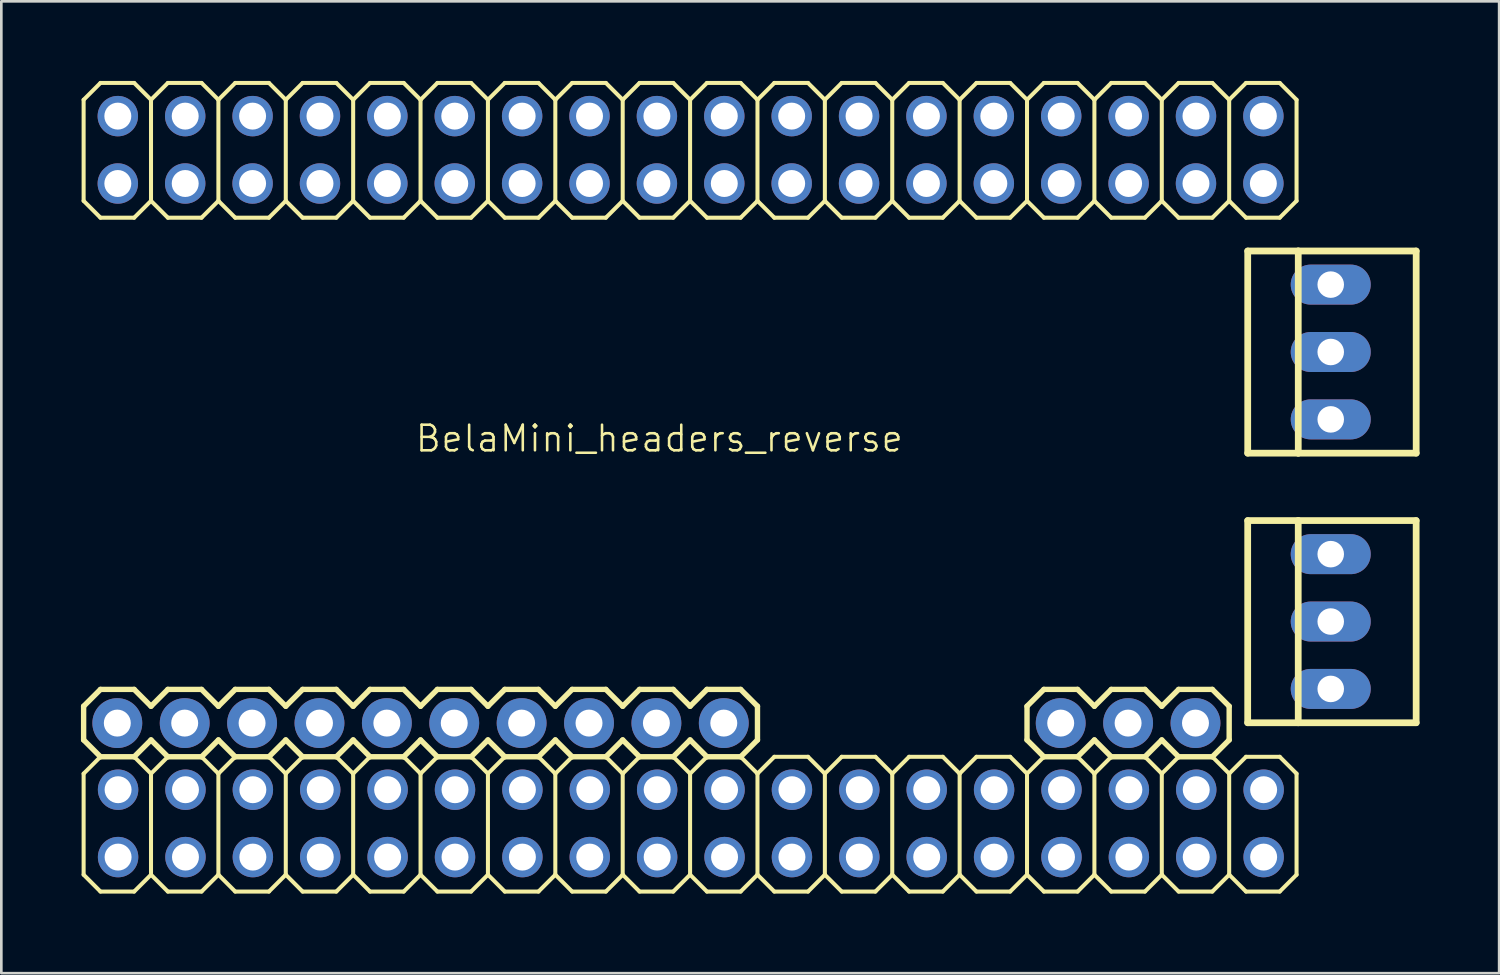
<source format=kicad_pcb>
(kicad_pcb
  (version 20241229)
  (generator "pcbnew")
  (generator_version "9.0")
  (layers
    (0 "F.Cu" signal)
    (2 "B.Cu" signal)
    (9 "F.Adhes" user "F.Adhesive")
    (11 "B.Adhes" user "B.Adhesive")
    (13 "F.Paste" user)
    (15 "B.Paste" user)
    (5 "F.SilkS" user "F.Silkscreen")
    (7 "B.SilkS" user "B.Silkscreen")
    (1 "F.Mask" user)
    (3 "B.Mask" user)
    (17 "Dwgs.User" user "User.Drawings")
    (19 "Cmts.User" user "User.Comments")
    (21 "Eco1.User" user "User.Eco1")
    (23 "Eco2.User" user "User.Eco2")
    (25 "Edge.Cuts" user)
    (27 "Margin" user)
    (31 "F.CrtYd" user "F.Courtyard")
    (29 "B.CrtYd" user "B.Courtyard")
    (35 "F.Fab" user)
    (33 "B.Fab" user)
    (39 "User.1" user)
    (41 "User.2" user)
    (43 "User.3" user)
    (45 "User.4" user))
  (footprint "BelaMini_headers_reverse"
    (layer "F.Cu")
    (at 22.962 15.316)
    (property "Reference" "BelaMini_headers_reverse" (at -10.414 -1.27 180) (layer "F.SilkS") (effects (font (size 0.965 0.965) (thickness 0.097)) (justify left bottom)))
    (attr through_hole)
    (fp_line (start -22.86 -14.605) (end -22.225 -15.24) (stroke (width 0.152) (type solid)) (layer "F.SilkS"))
    (fp_line (start -22.86 -10.795) (end -22.86 -14.605) (stroke (width 0.152) (type solid)) (layer "F.SilkS"))
    (fp_line (start -22.86 -10.795) (end -22.225 -10.16) (stroke (width 0.152) (type solid)) (layer "F.SilkS"))
    (fp_line (start -22.86 8.255) (end -22.86 9.525) (stroke (width 0.203) (type solid)) (layer "F.SilkS"))
    (fp_line (start -22.86 9.525) (end -22.225 10.16) (stroke (width 0.203) (type solid)) (layer "F.SilkS"))
    (fp_line (start -22.86 10.795) (end -22.225 10.16) (stroke (width 0.152) (type solid)) (layer "F.SilkS"))
    (fp_line (start -22.86 14.605) (end -22.86 10.795) (stroke (width 0.152) (type solid)) (layer "F.SilkS"))
    (fp_line (start -22.86 14.605) (end -22.225 15.24) (stroke (width 0.152) (type solid)) (layer "F.SilkS"))
    (fp_line (start -22.225 -15.24) (end -20.955 -15.24) (stroke (width 0.152) (type solid)) (layer "F.SilkS"))
    (fp_line (start -22.225 -10.16) (end -20.955 -10.16) (stroke (width 0.152) (type solid)) (layer "F.SilkS"))
    (fp_line (start -22.225 7.62) (end -22.86 8.255) (stroke (width 0.203) (type solid)) (layer "F.SilkS"))
    (fp_line (start -22.225 7.62) (end -20.955 7.62) (stroke (width 0.203) (type solid)) (layer "F.SilkS"))
    (fp_line (start -22.225 10.16) (end -20.955 10.16) (stroke (width 0.152) (type solid)) (layer "F.SilkS"))
    (fp_line (start -22.225 15.24) (end -20.955 15.24) (stroke (width 0.152) (type solid)) (layer "F.SilkS"))
    (fp_line (start -20.955 -15.24) (end -20.32 -14.605) (stroke (width 0.152) (type solid)) (layer "F.SilkS"))
    (fp_line (start -20.955 -10.16) (end -20.32 -10.795) (stroke (width 0.152) (type solid)) (layer "F.SilkS"))
    (fp_line (start -20.955 7.62) (end -20.32 8.255) (stroke (width 0.203) (type solid)) (layer "F.SilkS"))
    (fp_line (start -20.955 10.16) (end -22.225 10.16) (stroke (width 0.203) (type solid)) (layer "F.SilkS"))
    (fp_line (start -20.955 10.16) (end -20.32 10.795) (stroke (width 0.152) (type solid)) (layer "F.SilkS"))
    (fp_line (start -20.955 15.24) (end -20.32 14.605) (stroke (width 0.152) (type solid)) (layer "F.SilkS"))
    (fp_line (start -20.32 -14.605) (end -20.32 -10.795) (stroke (width 0.152) (type solid)) (layer "F.SilkS"))
    (fp_line (start -20.32 -14.605) (end -19.685 -15.24) (stroke (width 0.152) (type solid)) (layer "F.SilkS"))
    (fp_line (start -20.32 -10.795) (end -19.685 -10.16) (stroke (width 0.152) (type solid)) (layer "F.SilkS"))
    (fp_line (start -20.32 8.255) (end -19.685 7.62) (stroke (width 0.203) (type solid)) (layer "F.SilkS"))
    (fp_line (start -20.32 9.525) (end -20.955 10.16) (stroke (width 0.203) (type solid)) (layer "F.SilkS"))
    (fp_line (start -20.32 10.795) (end -20.32 14.605) (stroke (width 0.152) (type solid)) (layer "F.SilkS"))
    (fp_line (start -20.32 10.795) (end -19.685 10.16) (stroke (width 0.152) (type solid)) (layer "F.SilkS"))
    (fp_line (start -20.32 14.605) (end -19.685 15.24) (stroke (width 0.152) (type solid)) (layer "F.SilkS"))
    (fp_line (start -19.685 -15.24) (end -18.415 -15.24) (stroke (width 0.152) (type solid)) (layer "F.SilkS"))
    (fp_line (start -19.685 -10.16) (end -18.415 -10.16) (stroke (width 0.152) (type solid)) (layer "F.SilkS"))
    (fp_line (start -19.685 7.62) (end -18.415 7.62) (stroke (width 0.203) (type solid)) (layer "F.SilkS"))
    (fp_line (start -19.685 10.16) (end -20.32 9.525) (stroke (width 0.203) (type solid)) (layer "F.SilkS"))
    (fp_line (start -19.685 10.16) (end -18.415 10.16) (stroke (width 0.152) (type solid)) (layer "F.SilkS"))
    (fp_line (start -19.685 15.24) (end -18.415 15.24) (stroke (width 0.152) (type solid)) (layer "F.SilkS"))
    (fp_line (start -18.415 -15.24) (end -17.78 -14.605) (stroke (width 0.152) (type solid)) (layer "F.SilkS"))
    (fp_line (start -18.415 -10.16) (end -17.78 -10.795) (stroke (width 0.152) (type solid)) (layer "F.SilkS"))
    (fp_line (start -18.415 7.62) (end -17.78 8.255) (stroke (width 0.203) (type solid)) (layer "F.SilkS"))
    (fp_line (start -18.415 10.16) (end -19.685 10.16) (stroke (width 0.203) (type solid)) (layer "F.SilkS"))
    (fp_line (start -18.415 10.16) (end -17.78 10.795) (stroke (width 0.152) (type solid)) (layer "F.SilkS"))
    (fp_line (start -18.415 15.24) (end -17.78 14.605) (stroke (width 0.152) (type solid)) (layer "F.SilkS"))
    (fp_line (start -17.78 -14.605) (end -17.78 -10.795) (stroke (width 0.152) (type solid)) (layer "F.SilkS"))
    (fp_line (start -17.78 -14.605) (end -17.145 -15.24) (stroke (width 0.152) (type solid)) (layer "F.SilkS"))
    (fp_line (start -17.78 -10.795) (end -17.145 -10.16) (stroke (width 0.152) (type solid)) (layer "F.SilkS"))
    (fp_line (start -17.78 8.255) (end -17.145 7.62) (stroke (width 0.203) (type solid)) (layer "F.SilkS"))
    (fp_line (start -17.78 9.525) (end -18.415 10.16) (stroke (width 0.203) (type solid)) (layer "F.SilkS"))
    (fp_line (start -17.78 10.795) (end -17.78 14.605) (stroke (width 0.152) (type solid)) (layer "F.SilkS"))
    (fp_line (start -17.78 10.795) (end -17.145 10.16) (stroke (width 0.152) (type solid)) (layer "F.SilkS"))
    (fp_line (start -17.78 14.605) (end -17.145 15.24) (stroke (width 0.152) (type solid)) (layer "F.SilkS"))
    (fp_line (start -17.145 -15.24) (end -15.875 -15.24) (stroke (width 0.152) (type solid)) (layer "F.SilkS"))
    (fp_line (start -17.145 -10.16) (end -15.875 -10.16) (stroke (width 0.152) (type solid)) (layer "F.SilkS"))
    (fp_line (start -17.145 7.62) (end -15.875 7.62) (stroke (width 0.203) (type solid)) (layer "F.SilkS"))
    (fp_line (start -17.145 10.16) (end -17.78 9.525) (stroke (width 0.203) (type solid)) (layer "F.SilkS"))
    (fp_line (start -17.145 10.16) (end -15.875 10.16) (stroke (width 0.152) (type solid)) (layer "F.SilkS"))
    (fp_line (start -17.145 15.24) (end -15.875 15.24) (stroke (width 0.152) (type solid)) (layer "F.SilkS"))
    (fp_line (start -15.875 -15.24) (end -15.24 -14.605) (stroke (width 0.152) (type solid)) (layer "F.SilkS"))
    (fp_line (start -15.875 -10.16) (end -15.24 -10.795) (stroke (width 0.152) (type solid)) (layer "F.SilkS"))
    (fp_line (start -15.875 7.62) (end -15.24 8.255) (stroke (width 0.203) (type solid)) (layer "F.SilkS"))
    (fp_line (start -15.875 10.16) (end -17.145 10.16) (stroke (width 0.203) (type solid)) (layer "F.SilkS"))
    (fp_line (start -15.875 10.16) (end -15.24 10.795) (stroke (width 0.152) (type solid)) (layer "F.SilkS"))
    (fp_line (start -15.875 15.24) (end -15.24 14.605) (stroke (width 0.152) (type solid)) (layer "F.SilkS"))
    (fp_line (start -15.24 -14.605) (end -15.24 -10.795) (stroke (width 0.152) (type solid)) (layer "F.SilkS"))
    (fp_line (start -15.24 -14.605) (end -14.605 -15.24) (stroke (width 0.152) (type solid)) (layer "F.SilkS"))
    (fp_line (start -15.24 -10.795) (end -14.605 -10.16) (stroke (width 0.152) (type solid)) (layer "F.SilkS"))
    (fp_line (start -15.24 9.525) (end -15.875 10.16) (stroke (width 0.203) (type solid)) (layer "F.SilkS"))
    (fp_line (start -15.24 9.525) (end -14.605 10.16) (stroke (width 0.203) (type solid)) (layer "F.SilkS"))
    (fp_line (start -15.24 10.795) (end -15.24 14.605) (stroke (width 0.152) (type solid)) (layer "F.SilkS"))
    (fp_line (start -15.24 10.795) (end -14.605 10.16) (stroke (width 0.152) (type solid)) (layer "F.SilkS"))
    (fp_line (start -15.24 14.605) (end -14.605 15.24) (stroke (width 0.152) (type solid)) (layer "F.SilkS"))
    (fp_line (start -14.605 -15.24) (end -13.335 -15.24) (stroke (width 0.152) (type solid)) (layer "F.SilkS"))
    (fp_line (start -14.605 -10.16) (end -13.335 -10.16) (stroke (width 0.152) (type solid)) (layer "F.SilkS"))
    (fp_line (start -14.605 7.62) (end -15.24 8.255) (stroke (width 0.203) (type solid)) (layer "F.SilkS"))
    (fp_line (start -14.605 7.62) (end -13.335 7.62) (stroke (width 0.203) (type solid)) (layer "F.SilkS"))
    (fp_line (start -14.605 10.16) (end -13.335 10.16) (stroke (width 0.152) (type solid)) (layer "F.SilkS"))
    (fp_line (start -14.605 15.24) (end -13.335 15.24) (stroke (width 0.152) (type solid)) (layer "F.SilkS"))
    (fp_line (start -13.335 -15.24) (end -12.7 -14.605) (stroke (width 0.152) (type solid)) (layer "F.SilkS"))
    (fp_line (start -13.335 -10.16) (end -12.7 -10.795) (stroke (width 0.152) (type solid)) (layer "F.SilkS"))
    (fp_line (start -13.335 7.62) (end -12.7 8.255) (stroke (width 0.203) (type solid)) (layer "F.SilkS"))
    (fp_line (start -13.335 10.16) (end -14.605 10.16) (stroke (width 0.203) (type solid)) (layer "F.SilkS"))
    (fp_line (start -13.335 10.16) (end -12.7 10.795) (stroke (width 0.152) (type solid)) (layer "F.SilkS"))
    (fp_line (start -13.335 15.24) (end -12.7 14.605) (stroke (width 0.152) (type solid)) (layer "F.SilkS"))
    (fp_line (start -12.7 -14.605) (end -12.7 -10.795) (stroke (width 0.152) (type solid)) (layer "F.SilkS"))
    (fp_line (start -12.7 -14.605) (end -12.065 -15.24) (stroke (width 0.152) (type solid)) (layer "F.SilkS"))
    (fp_line (start -12.7 -10.795) (end -12.065 -10.16) (stroke (width 0.152) (type solid)) (layer "F.SilkS"))
    (fp_line (start -12.7 8.255) (end -12.065 7.62) (stroke (width 0.203) (type solid)) (layer "F.SilkS"))
    (fp_line (start -12.7 9.525) (end -13.335 10.16) (stroke (width 0.203) (type solid)) (layer "F.SilkS"))
    (fp_line (start -12.7 10.795) (end -12.7 14.605) (stroke (width 0.152) (type solid)) (layer "F.SilkS"))
    (fp_line (start -12.7 10.795) (end -12.065 10.16) (stroke (width 0.152) (type solid)) (layer "F.SilkS"))
    (fp_line (start -12.7 14.605) (end -12.065 15.24) (stroke (width 0.152) (type solid)) (layer "F.SilkS"))
    (fp_line (start -12.065 -15.24) (end -10.795 -15.24) (stroke (width 0.152) (type solid)) (layer "F.SilkS"))
    (fp_line (start -12.065 -10.16) (end -10.795 -10.16) (stroke (width 0.152) (type solid)) (layer "F.SilkS"))
    (fp_line (start -12.065 7.62) (end -10.795 7.62) (stroke (width 0.203) (type solid)) (layer "F.SilkS"))
    (fp_line (start -12.065 10.16) (end -12.7 9.525) (stroke (width 0.203) (type solid)) (layer "F.SilkS"))
    (fp_line (start -12.065 10.16) (end -10.795 10.16) (stroke (width 0.152) (type solid)) (layer "F.SilkS"))
    (fp_line (start -12.065 15.24) (end -10.795 15.24) (stroke (width 0.152) (type solid)) (layer "F.SilkS"))
    (fp_line (start -10.795 -15.24) (end -10.16 -14.605) (stroke (width 0.152) (type solid)) (layer "F.SilkS"))
    (fp_line (start -10.795 -10.16) (end -10.16 -10.795) (stroke (width 0.152) (type solid)) (layer "F.SilkS"))
    (fp_line (start -10.795 7.62) (end -10.16 8.255) (stroke (width 0.203) (type solid)) (layer "F.SilkS"))
    (fp_line (start -10.795 10.16) (end -12.065 10.16) (stroke (width 0.203) (type solid)) (layer "F.SilkS"))
    (fp_line (start -10.795 10.16) (end -10.16 10.795) (stroke (width 0.152) (type solid)) (layer "F.SilkS"))
    (fp_line (start -10.795 15.24) (end -10.16 14.605) (stroke (width 0.152) (type solid)) (layer "F.SilkS"))
    (fp_line (start -10.16 -14.605) (end -10.16 -10.795) (stroke (width 0.152) (type solid)) (layer "F.SilkS"))
    (fp_line (start -10.16 -14.605) (end -9.525 -15.24) (stroke (width 0.152) (type solid)) (layer "F.SilkS"))
    (fp_line (start -10.16 -10.795) (end -9.525 -10.16) (stroke (width 0.152) (type solid)) (layer "F.SilkS"))
    (fp_line (start -10.16 8.255) (end -9.525 7.62) (stroke (width 0.203) (type solid)) (layer "F.SilkS"))
    (fp_line (start -10.16 9.525) (end -10.795 10.16) (stroke (width 0.203) (type solid)) (layer "F.SilkS"))
    (fp_line (start -10.16 10.795) (end -10.16 14.605) (stroke (width 0.152) (type solid)) (layer "F.SilkS"))
    (fp_line (start -10.16 10.795) (end -9.525 10.16) (stroke (width 0.152) (type solid)) (layer "F.SilkS"))
    (fp_line (start -10.16 14.605) (end -9.525 15.24) (stroke (width 0.152) (type solid)) (layer "F.SilkS"))
    (fp_line (start -9.525 -15.24) (end -8.255 -15.24) (stroke (width 0.152) (type solid)) (layer "F.SilkS"))
    (fp_line (start -9.525 -10.16) (end -8.255 -10.16) (stroke (width 0.152) (type solid)) (layer "F.SilkS"))
    (fp_line (start -9.525 7.62) (end -8.255 7.62) (stroke (width 0.203) (type solid)) (layer "F.SilkS"))
    (fp_line (start -9.525 10.16) (end -10.16 9.525) (stroke (width 0.203) (type solid)) (layer "F.SilkS"))
    (fp_line (start -9.525 10.16) (end -8.255 10.16) (stroke (width 0.152) (type solid)) (layer "F.SilkS"))
    (fp_line (start -9.525 15.24) (end -8.255 15.24) (stroke (width 0.152) (type solid)) (layer "F.SilkS"))
    (fp_line (start -8.255 -15.24) (end -7.62 -14.605) (stroke (width 0.152) (type solid)) (layer "F.SilkS"))
    (fp_line (start -8.255 -10.16) (end -7.62 -10.795) (stroke (width 0.152) (type solid)) (layer "F.SilkS"))
    (fp_line (start -8.255 7.62) (end -7.62 8.255) (stroke (width 0.203) (type solid)) (layer "F.SilkS"))
    (fp_line (start -8.255 10.16) (end -9.525 10.16) (stroke (width 0.203) (type solid)) (layer "F.SilkS"))
    (fp_line (start -8.255 10.16) (end -7.62 10.795) (stroke (width 0.152) (type solid)) (layer "F.SilkS"))
    (fp_line (start -8.255 15.24) (end -7.62 14.605) (stroke (width 0.152) (type solid)) (layer "F.SilkS"))
    (fp_line (start -7.62 -14.605) (end -7.62 -10.795) (stroke (width 0.152) (type solid)) (layer "F.SilkS"))
    (fp_line (start -7.62 -14.605) (end -6.985 -15.24) (stroke (width 0.152) (type solid)) (layer "F.SilkS"))
    (fp_line (start -7.62 -10.795) (end -6.985 -10.16) (stroke (width 0.152) (type solid)) (layer "F.SilkS"))
    (fp_line (start -7.62 9.525) (end -8.255 10.16) (stroke (width 0.203) (type solid)) (layer "F.SilkS"))
    (fp_line (start -7.62 9.525) (end -6.985 10.16) (stroke (width 0.203) (type solid)) (layer "F.SilkS"))
    (fp_line (start -7.62 10.795) (end -7.62 14.605) (stroke (width 0.152) (type solid)) (layer "F.SilkS"))
    (fp_line (start -7.62 10.795) (end -6.985 10.16) (stroke (width 0.152) (type solid)) (layer "F.SilkS"))
    (fp_line (start -7.62 14.605) (end -6.985 15.24) (stroke (width 0.152) (type solid)) (layer "F.SilkS"))
    (fp_line (start -6.985 -15.24) (end -5.715 -15.24) (stroke (width 0.152) (type solid)) (layer "F.SilkS"))
    (fp_line (start -6.985 7.62) (end -7.62 8.255) (stroke (width 0.203) (type solid)) (layer "F.SilkS"))
    (fp_line (start -6.985 7.62) (end -5.715 7.62) (stroke (width 0.203) (type solid)) (layer "F.SilkS"))
    (fp_line (start -6.985 10.16) (end -5.715 10.16) (stroke (width 0.152) (type solid)) (layer "F.SilkS"))
    (fp_line (start -5.715 -15.24) (end -5.08 -14.605) (stroke (width 0.152) (type solid)) (layer "F.SilkS"))
    (fp_line (start -5.715 -10.16) (end -6.985 -10.16) (stroke (width 0.152) (type solid)) (layer "F.SilkS"))
    (fp_line (start -5.715 7.62) (end -5.08 8.255) (stroke (width 0.203) (type solid)) (layer "F.SilkS"))
    (fp_line (start -5.715 10.16) (end -6.985 10.16) (stroke (width 0.203) (type solid)) (layer "F.SilkS"))
    (fp_line (start -5.715 10.16) (end -5.08 10.795) (stroke (width 0.152) (type solid)) (layer "F.SilkS"))
    (fp_line (start -5.715 15.24) (end -6.985 15.24) (stroke (width 0.152) (type solid)) (layer "F.SilkS"))
    (fp_line (start -5.08 -14.605) (end -5.08 -10.795) (stroke (width 0.152) (type solid)) (layer "F.SilkS"))
    (fp_line (start -5.08 -14.605) (end -4.445 -15.24) (stroke (width 0.152) (type solid)) (layer "F.SilkS"))
    (fp_line (start -5.08 -10.795) (end -5.715 -10.16) (stroke (width 0.152) (type solid)) (layer "F.SilkS"))
    (fp_line (start -5.08 -10.795) (end -4.445 -10.16) (stroke (width 0.152) (type solid)) (layer "F.SilkS"))
    (fp_line (start -5.08 9.525) (end -5.715 10.16) (stroke (width 0.203) (type solid)) (layer "F.SilkS"))
    (fp_line (start -5.08 9.525) (end -4.445 10.16) (stroke (width 0.203) (type solid)) (layer "F.SilkS"))
    (fp_line (start -5.08 10.795) (end -5.08 14.605) (stroke (width 0.152) (type solid)) (layer "F.SilkS"))
    (fp_line (start -5.08 10.795) (end -4.445 10.16) (stroke (width 0.152) (type solid)) (layer "F.SilkS"))
    (fp_line (start -5.08 14.605) (end -5.715 15.24) (stroke (width 0.152) (type solid)) (layer "F.SilkS"))
    (fp_line (start -5.08 14.605) (end -4.445 15.24) (stroke (width 0.152) (type solid)) (layer "F.SilkS"))
    (fp_line (start -4.445 -15.24) (end -3.175 -15.24) (stroke (width 0.152) (type solid)) (layer "F.SilkS"))
    (fp_line (start -4.445 7.62) (end -5.08 8.255) (stroke (width 0.203) (type solid)) (layer "F.SilkS"))
    (fp_line (start -4.445 7.62) (end -3.175 7.62) (stroke (width 0.203) (type solid)) (layer "F.SilkS"))
    (fp_line (start -4.445 10.16) (end -3.175 10.16) (stroke (width 0.152) (type solid)) (layer "F.SilkS"))
    (fp_line (start -3.175 -15.24) (end -2.54 -14.605) (stroke (width 0.152) (type solid)) (layer "F.SilkS"))
    (fp_line (start -3.175 -10.16) (end -4.445 -10.16) (stroke (width 0.152) (type solid)) (layer "F.SilkS"))
    (fp_line (start -3.175 7.62) (end -2.54 8.255) (stroke (width 0.203) (type solid)) (layer "F.SilkS"))
    (fp_line (start -3.175 10.16) (end -4.445 10.16) (stroke (width 0.203) (type solid)) (layer "F.SilkS"))
    (fp_line (start -3.175 10.16) (end -2.54 10.795) (stroke (width 0.152) (type solid)) (layer "F.SilkS"))
    (fp_line (start -3.175 15.24) (end -4.445 15.24) (stroke (width 0.152) (type solid)) (layer "F.SilkS"))
    (fp_line (start -2.54 -14.605) (end -2.54 -10.795) (stroke (width 0.152) (type solid)) (layer "F.SilkS"))
    (fp_line (start -2.54 -14.605) (end -1.905 -15.24) (stroke (width 0.152) (type solid)) (layer "F.SilkS"))
    (fp_line (start -2.54 -10.795) (end -3.175 -10.16) (stroke (width 0.152) (type solid)) (layer "F.SilkS"))
    (fp_line (start -2.54 -10.795) (end -1.905 -10.16) (stroke (width 0.152) (type solid)) (layer "F.SilkS"))
    (fp_line (start -2.54 9.525) (end -3.175 10.16) (stroke (width 0.203) (type solid)) (layer "F.SilkS"))
    (fp_line (start -2.54 9.525) (end -1.905 10.16) (stroke (width 0.203) (type solid)) (layer "F.SilkS"))
    (fp_line (start -2.54 10.795) (end -2.54 14.605) (stroke (width 0.152) (type solid)) (layer "F.SilkS"))
    (fp_line (start -2.54 10.795) (end -1.905 10.16) (stroke (width 0.152) (type solid)) (layer "F.SilkS"))
    (fp_line (start -2.54 14.605) (end -3.175 15.24) (stroke (width 0.152) (type solid)) (layer "F.SilkS"))
    (fp_line (start -2.54 14.605) (end -1.905 15.24) (stroke (width 0.152) (type solid)) (layer "F.SilkS"))
    (fp_line (start -1.905 -15.24) (end -0.635 -15.24) (stroke (width 0.152) (type solid)) (layer "F.SilkS"))
    (fp_line (start -1.905 7.62) (end -2.54 8.255) (stroke (width 0.203) (type solid)) (layer "F.SilkS"))
    (fp_line (start -1.905 7.62) (end -0.635 7.62) (stroke (width 0.203) (type solid)) (layer "F.SilkS"))
    (fp_line (start -1.905 10.16) (end -0.635 10.16) (stroke (width 0.152) (type solid)) (layer "F.SilkS"))
    (fp_line (start -0.635 -15.24) (end 0 -14.605) (stroke (width 0.152) (type solid)) (layer "F.SilkS"))
    (fp_line (start -0.635 -10.16) (end -1.905 -10.16) (stroke (width 0.152) (type solid)) (layer "F.SilkS"))
    (fp_line (start -0.635 7.62) (end 0 8.255) (stroke (width 0.203) (type solid)) (layer "F.SilkS"))
    (fp_line (start -0.635 10.16) (end -1.905 10.16) (stroke (width 0.203) (type solid)) (layer "F.SilkS"))
    (fp_line (start -0.635 10.16) (end 0 10.795) (stroke (width 0.152) (type solid)) (layer "F.SilkS"))
    (fp_line (start -0.635 15.24) (end -1.905 15.24) (stroke (width 0.152) (type solid)) (layer "F.SilkS"))
    (fp_line (start 0 -14.605) (end 0 -10.795) (stroke (width 0.152) (type solid)) (layer "F.SilkS"))
    (fp_line (start 0 -14.605) (end 0.635 -15.24) (stroke (width 0.152) (type solid)) (layer "F.SilkS"))
    (fp_line (start 0 -10.795) (end -0.635 -10.16) (stroke (width 0.152) (type solid)) (layer "F.SilkS"))
    (fp_line (start 0 -10.795) (end 0.635 -10.16) (stroke (width 0.152) (type solid)) (layer "F.SilkS"))
    (fp_line (start 0 9.525) (end -0.635 10.16) (stroke (width 0.203) (type solid)) (layer "F.SilkS"))
    (fp_line (start 0 9.525) (end 0.635 10.16) (stroke (width 0.203) (type solid)) (layer "F.SilkS"))
    (fp_line (start 0 10.795) (end 0 14.605) (stroke (width 0.152) (type solid)) (layer "F.SilkS"))
    (fp_line (start 0 10.795) (end 0.635 10.16) (stroke (width 0.152) (type solid)) (layer "F.SilkS"))
    (fp_line (start 0 14.605) (end -0.635 15.24) (stroke (width 0.152) (type solid)) (layer "F.SilkS"))
    (fp_line (start 0 14.605) (end 0.635 15.24) (stroke (width 0.152) (type solid)) (layer "F.SilkS"))
    (fp_line (start 0.635 -15.24) (end 1.905 -15.24) (stroke (width 0.152) (type solid)) (layer "F.SilkS"))
    (fp_line (start 0.635 7.62) (end 0 8.255) (stroke (width 0.203) (type solid)) (layer "F.SilkS"))
    (fp_line (start 0.635 7.62) (end 1.905 7.62) (stroke (width 0.203) (type solid)) (layer "F.SilkS"))
    (fp_line (start 0.635 10.16) (end 1.905 10.16) (stroke (width 0.152) (type solid)) (layer "F.SilkS"))
    (fp_line (start 1.905 -15.24) (end 2.54 -14.605) (stroke (width 0.152) (type solid)) (layer "F.SilkS"))
    (fp_line (start 1.905 -10.16) (end 0.635 -10.16) (stroke (width 0.152) (type solid)) (layer "F.SilkS"))
    (fp_line (start 1.905 7.62) (end 2.54 8.255) (stroke (width 0.203) (type solid)) (layer "F.SilkS"))
    (fp_line (start 1.905 10.16) (end 0.635 10.16) (stroke (width 0.203) (type solid)) (layer "F.SilkS"))
    (fp_line (start 1.905 10.16) (end 2.54 10.795) (stroke (width 0.152) (type solid)) (layer "F.SilkS"))
    (fp_line (start 1.905 15.24) (end 0.635 15.24) (stroke (width 0.152) (type solid)) (layer "F.SilkS"))
    (fp_line (start 2.54 -14.605) (end 2.54 -10.795) (stroke (width 0.152) (type solid)) (layer "F.SilkS"))
    (fp_line (start 2.54 -14.605) (end 3.175 -15.24) (stroke (width 0.152) (type solid)) (layer "F.SilkS"))
    (fp_line (start 2.54 -10.795) (end 1.905 -10.16) (stroke (width 0.152) (type solid)) (layer "F.SilkS"))
    (fp_line (start 2.54 -10.795) (end 3.175 -10.16) (stroke (width 0.152) (type solid)) (layer "F.SilkS"))
    (fp_line (start 2.54 8.255) (end 2.54 9.525) (stroke (width 0.203) (type solid)) (layer "F.SilkS"))
    (fp_line (start 2.54 9.525) (end 1.905 10.16) (stroke (width 0.203) (type solid)) (layer "F.SilkS"))
    (fp_line (start 2.54 10.795) (end 2.54 14.605) (stroke (width 0.152) (type solid)) (layer "F.SilkS"))
    (fp_line (start 2.54 10.795) (end 3.175 10.16) (stroke (width 0.152) (type solid)) (layer "F.SilkS"))
    (fp_line (start 2.54 14.605) (end 1.905 15.24) (stroke (width 0.152) (type solid)) (layer "F.SilkS"))
    (fp_line (start 2.54 14.605) (end 3.175 15.24) (stroke (width 0.152) (type solid)) (layer "F.SilkS"))
    (fp_line (start 3.175 -15.24) (end 4.445 -15.24) (stroke (width 0.152) (type solid)) (layer "F.SilkS"))
    (fp_line (start 3.175 10.16) (end 4.445 10.16) (stroke (width 0.152) (type solid)) (layer "F.SilkS"))
    (fp_line (start 4.445 -15.24) (end 5.08 -14.605) (stroke (width 0.152) (type solid)) (layer "F.SilkS"))
    (fp_line (start 4.445 -10.16) (end 3.175 -10.16) (stroke (width 0.152) (type solid)) (layer "F.SilkS"))
    (fp_line (start 4.445 10.16) (end 5.08 10.795) (stroke (width 0.152) (type solid)) (layer "F.SilkS"))
    (fp_line (start 4.445 15.24) (end 3.175 15.24) (stroke (width 0.152) (type solid)) (layer "F.SilkS"))
    (fp_line (start 5.08 -14.605) (end 5.08 -10.795) (stroke (width 0.152) (type solid)) (layer "F.SilkS"))
    (fp_line (start 5.08 -14.605) (end 5.715 -15.24) (stroke (width 0.152) (type solid)) (layer "F.SilkS"))
    (fp_line (start 5.08 -10.795) (end 4.445 -10.16) (stroke (width 0.152) (type solid)) (layer "F.SilkS"))
    (fp_line (start 5.08 -10.795) (end 5.715 -10.16) (stroke (width 0.152) (type solid)) (layer "F.SilkS"))
    (fp_line (start 5.08 10.795) (end 5.08 14.605) (stroke (width 0.152) (type solid)) (layer "F.SilkS"))
    (fp_line (start 5.08 10.795) (end 5.715 10.16) (stroke (width 0.152) (type solid)) (layer "F.SilkS"))
    (fp_line (start 5.08 14.605) (end 4.445 15.24) (stroke (width 0.152) (type solid)) (layer "F.SilkS"))
    (fp_line (start 5.08 14.605) (end 5.715 15.24) (stroke (width 0.152) (type solid)) (layer "F.SilkS"))
    (fp_line (start 5.715 -15.24) (end 6.985 -15.24) (stroke (width 0.152) (type solid)) (layer "F.SilkS"))
    (fp_line (start 5.715 10.16) (end 6.985 10.16) (stroke (width 0.152) (type solid)) (layer "F.SilkS"))
    (fp_line (start 6.985 -10.16) (end 5.715 -10.16) (stroke (width 0.152) (type solid)) (layer "F.SilkS"))
    (fp_line (start 6.985 15.24) (end 5.715 15.24) (stroke (width 0.152) (type solid)) (layer "F.SilkS"))
    (fp_line (start 7.62 -14.605) (end 6.985 -15.24) (stroke (width 0.152) (type solid)) (layer "F.SilkS"))
    (fp_line (start 7.62 -14.605) (end 7.62 -10.795) (stroke (width 0.152) (type solid)) (layer "F.SilkS"))
    (fp_line (start 7.62 -14.605) (end 8.255 -15.24) (stroke (width 0.152) (type solid)) (layer "F.SilkS"))
    (fp_line (start 7.62 -10.795) (end 6.985 -10.16) (stroke (width 0.152) (type solid)) (layer "F.SilkS"))
    (fp_line (start 7.62 -10.795) (end 8.255 -10.16) (stroke (width 0.152) (type solid)) (layer "F.SilkS"))
    (fp_line (start 7.62 10.795) (end 6.985 10.16) (stroke (width 0.152) (type solid)) (layer "F.SilkS"))
    (fp_line (start 7.62 10.795) (end 7.62 14.605) (stroke (width 0.152) (type solid)) (layer "F.SilkS"))
    (fp_line (start 7.62 10.795) (end 8.255 10.16) (stroke (width 0.152) (type solid)) (layer "F.SilkS"))
    (fp_line (start 7.62 14.605) (end 6.985 15.24) (stroke (width 0.152) (type solid)) (layer "F.SilkS"))
    (fp_line (start 7.62 14.605) (end 8.255 15.24) (stroke (width 0.152) (type solid)) (layer "F.SilkS"))
    (fp_line (start 9.525 -15.24) (end 8.255 -15.24) (stroke (width 0.152) (type solid)) (layer "F.SilkS"))
    (fp_line (start 9.525 -15.24) (end 10.16 -14.605) (stroke (width 0.152) (type solid)) (layer "F.SilkS"))
    (fp_line (start 9.525 -10.16) (end 8.255 -10.16) (stroke (width 0.152) (type solid)) (layer "F.SilkS"))
    (fp_line (start 9.525 10.16) (end 8.255 10.16) (stroke (width 0.152) (type solid)) (layer "F.SilkS"))
    (fp_line (start 9.525 10.16) (end 10.16 10.795) (stroke (width 0.152) (type solid)) (layer "F.SilkS"))
    (fp_line (start 9.525 15.24) (end 8.255 15.24) (stroke (width 0.152) (type solid)) (layer "F.SilkS"))
    (fp_line (start 10.16 -14.605) (end 10.16 -10.795) (stroke (width 0.152) (type solid)) (layer "F.SilkS"))
    (fp_line (start 10.16 -14.605) (end 10.795 -15.24) (stroke (width 0.152) (type solid)) (layer "F.SilkS"))
    (fp_line (start 10.16 -10.795) (end 9.525 -10.16) (stroke (width 0.152) (type solid)) (layer "F.SilkS"))
    (fp_line (start 10.16 -10.795) (end 10.795 -10.16) (stroke (width 0.152) (type solid)) (layer "F.SilkS"))
    (fp_line (start 10.16 10.795) (end 10.16 14.605) (stroke (width 0.152) (type solid)) (layer "F.SilkS"))
    (fp_line (start 10.16 10.795) (end 10.795 10.16) (stroke (width 0.152) (type solid)) (layer "F.SilkS"))
    (fp_line (start 10.16 14.605) (end 9.525 15.24) (stroke (width 0.152) (type solid)) (layer "F.SilkS"))
    (fp_line (start 10.16 14.605) (end 10.795 15.24) (stroke (width 0.152) (type solid)) (layer "F.SilkS"))
    (fp_line (start 12.065 -15.24) (end 10.795 -15.24) (stroke (width 0.152) (type solid)) (layer "F.SilkS"))
    (fp_line (start 12.065 -15.24) (end 12.7 -14.605) (stroke (width 0.152) (type solid)) (layer "F.SilkS"))
    (fp_line (start 12.065 -10.16) (end 10.795 -10.16) (stroke (width 0.152) (type solid)) (layer "F.SilkS"))
    (fp_line (start 12.065 10.16) (end 10.795 10.16) (stroke (width 0.152) (type solid)) (layer "F.SilkS"))
    (fp_line (start 12.065 10.16) (end 12.7 10.795) (stroke (width 0.152) (type solid)) (layer "F.SilkS"))
    (fp_line (start 12.065 15.24) (end 10.795 15.24) (stroke (width 0.152) (type solid)) (layer "F.SilkS"))
    (fp_line (start 12.7 -14.605) (end 12.7 -10.795) (stroke (width 0.152) (type solid)) (layer "F.SilkS"))
    (fp_line (start 12.7 -14.605) (end 13.335 -15.24) (stroke (width 0.152) (type solid)) (layer "F.SilkS"))
    (fp_line (start 12.7 -10.795) (end 12.065 -10.16) (stroke (width 0.152) (type solid)) (layer "F.SilkS"))
    (fp_line (start 12.7 8.255) (end 12.7 9.525) (stroke (width 0.203) (type solid)) (layer "F.SilkS"))
    (fp_line (start 12.7 9.525) (end 13.335 10.16) (stroke (width 0.203) (type solid)) (layer "F.SilkS"))
    (fp_line (start 12.7 10.795) (end 12.7 14.605) (stroke (width 0.152) (type solid)) (layer "F.SilkS"))
    (fp_line (start 12.7 10.795) (end 13.335 10.16) (stroke (width 0.152) (type solid)) (layer "F.SilkS"))
    (fp_line (start 12.7 14.605) (end 12.065 15.24) (stroke (width 0.152) (type solid)) (layer "F.SilkS"))
    (fp_line (start 13.335 -10.16) (end 12.7 -10.795) (stroke (width 0.152) (type solid)) (layer "F.SilkS"))
    (fp_line (start 13.335 -10.16) (end 14.605 -10.16) (stroke (width 0.152) (type solid)) (layer "F.SilkS"))
    (fp_line (start 13.335 7.62) (end 12.7 8.255) (stroke (width 0.203) (type solid)) (layer "F.SilkS"))
    (fp_line (start 13.335 7.62) (end 14.605 7.62) (stroke (width 0.203) (type solid)) (layer "F.SilkS"))
    (fp_line (start 13.335 15.24) (end 12.7 14.605) (stroke (width 0.152) (type solid)) (layer "F.SilkS"))
    (fp_line (start 13.335 15.24) (end 14.605 15.24) (stroke (width 0.152) (type solid)) (layer "F.SilkS"))
    (fp_line (start 14.605 -15.24) (end 13.335 -15.24) (stroke (width 0.152) (type solid)) (layer "F.SilkS"))
    (fp_line (start 14.605 -15.24) (end 15.24 -14.605) (stroke (width 0.152) (type solid)) (layer "F.SilkS"))
    (fp_line (start 14.605 7.62) (end 15.24 8.255) (stroke (width 0.203) (type solid)) (layer "F.SilkS"))
    (fp_line (start 14.605 10.16) (end 13.335 10.16) (stroke (width 0.152) (type solid)) (layer "F.SilkS"))
    (fp_line (start 14.605 10.16) (end 13.335 10.16) (stroke (width 0.203) (type solid)) (layer "F.SilkS"))
    (fp_line (start 14.605 10.16) (end 15.24 10.795) (stroke (width 0.152) (type solid)) (layer "F.SilkS"))
    (fp_line (start 15.24 -14.605) (end 15.24 -10.795) (stroke (width 0.152) (type solid)) (layer "F.SilkS"))
    (fp_line (start 15.24 -14.605) (end 15.875 -15.24) (stroke (width 0.152) (type solid)) (layer "F.SilkS"))
    (fp_line (start 15.24 -10.795) (end 14.605 -10.16) (stroke (width 0.152) (type solid)) (layer "F.SilkS"))
    (fp_line (start 15.24 8.255) (end 15.875 7.62) (stroke (width 0.203) (type solid)) (layer "F.SilkS"))
    (fp_line (start 15.24 9.525) (end 14.605 10.16) (stroke (width 0.203) (type solid)) (layer "F.SilkS"))
    (fp_line (start 15.24 10.795) (end 15.24 14.605) (stroke (width 0.152) (type solid)) (layer "F.SilkS"))
    (fp_line (start 15.24 10.795) (end 15.875 10.16) (stroke (width 0.152) (type solid)) (layer "F.SilkS"))
    (fp_line (start 15.24 14.605) (end 14.605 15.24) (stroke (width 0.152) (type solid)) (layer "F.SilkS"))
    (fp_line (start 15.875 -10.16) (end 15.24 -10.795) (stroke (width 0.152) (type solid)) (layer "F.SilkS"))
    (fp_line (start 15.875 -10.16) (end 17.145 -10.16) (stroke (width 0.152) (type solid)) (layer "F.SilkS"))
    (fp_line (start 15.875 7.62) (end 17.145 7.62) (stroke (width 0.203) (type solid)) (layer "F.SilkS"))
    (fp_line (start 15.875 10.16) (end 15.24 9.525) (stroke (width 0.203) (type solid)) (layer "F.SilkS"))
    (fp_line (start 15.875 15.24) (end 15.24 14.605) (stroke (width 0.152) (type solid)) (layer "F.SilkS"))
    (fp_line (start 15.875 15.24) (end 17.145 15.24) (stroke (width 0.152) (type solid)) (layer "F.SilkS"))
    (fp_line (start 17.145 -15.24) (end 15.875 -15.24) (stroke (width 0.152) (type solid)) (layer "F.SilkS"))
    (fp_line (start 17.145 -15.24) (end 17.78 -14.605) (stroke (width 0.152) (type solid)) (layer "F.SilkS"))
    (fp_line (start 17.145 7.62) (end 17.78 8.255) (stroke (width 0.203) (type solid)) (layer "F.SilkS"))
    (fp_line (start 17.145 10.16) (end 15.875 10.16) (stroke (width 0.152) (type solid)) (layer "F.SilkS"))
    (fp_line (start 17.145 10.16) (end 15.875 10.16) (stroke (width 0.203) (type solid)) (layer "F.SilkS"))
    (fp_line (start 17.145 10.16) (end 17.78 10.795) (stroke (width 0.152) (type solid)) (layer "F.SilkS"))
    (fp_line (start 17.78 -14.605) (end 17.78 -10.795) (stroke (width 0.152) (type solid)) (layer "F.SilkS"))
    (fp_line (start 17.78 -14.605) (end 18.415 -15.24) (stroke (width 0.152) (type solid)) (layer "F.SilkS"))
    (fp_line (start 17.78 -10.795) (end 17.145 -10.16) (stroke (width 0.152) (type solid)) (layer "F.SilkS"))
    (fp_line (start 17.78 -10.795) (end 18.415 -10.16) (stroke (width 0.152) (type solid)) (layer "F.SilkS"))
    (fp_line (start 17.78 8.255) (end 18.415 7.62) (stroke (width 0.203) (type solid)) (layer "F.SilkS"))
    (fp_line (start 17.78 9.525) (end 17.145 10.16) (stroke (width 0.203) (type solid)) (layer "F.SilkS"))
    (fp_line (start 17.78 10.795) (end 17.78 14.605) (stroke (width 0.152) (type solid)) (layer "F.SilkS"))
    (fp_line (start 17.78 10.795) (end 18.415 10.16) (stroke (width 0.152) (type solid)) (layer "F.SilkS"))
    (fp_line (start 17.78 14.605) (end 17.145 15.24) (stroke (width 0.152) (type solid)) (layer "F.SilkS"))
    (fp_line (start 17.78 14.605) (end 18.415 15.24) (stroke (width 0.152) (type solid)) (layer "F.SilkS"))
    (fp_line (start 18.415 7.62) (end 19.685 7.62) (stroke (width 0.203) (type solid)) (layer "F.SilkS"))
    (fp_line (start 18.415 10.16) (end 17.78 9.525) (stroke (width 0.203) (type solid)) (layer "F.SilkS"))
    (fp_line (start 19.685 -15.24) (end 18.415 -15.24) (stroke (width 0.152) (type solid)) (layer "F.SilkS"))
    (fp_line (start 19.685 -15.24) (end 20.32 -14.605) (stroke (width 0.152) (type solid)) (layer "F.SilkS"))
    (fp_line (start 19.685 -10.16) (end 18.415 -10.16) (stroke (width 0.152) (type solid)) (layer "F.SilkS"))
    (fp_line (start 19.685 7.62) (end 20.32 8.255) (stroke (width 0.203) (type solid)) (layer "F.SilkS"))
    (fp_line (start 19.685 10.16) (end 18.415 10.16) (stroke (width 0.152) (type solid)) (layer "F.SilkS"))
    (fp_line (start 19.685 10.16) (end 18.415 10.16) (stroke (width 0.203) (type solid)) (layer "F.SilkS"))
    (fp_line (start 19.685 10.16) (end 20.32 10.795) (stroke (width 0.152) (type solid)) (layer "F.SilkS"))
    (fp_line (start 19.685 15.24) (end 18.415 15.24) (stroke (width 0.152) (type solid)) (layer "F.SilkS"))
    (fp_line (start 20.32 -14.605) (end 20.32 -10.795) (stroke (width 0.152) (type solid)) (layer "F.SilkS"))
    (fp_line (start 20.32 -14.605) (end 20.955 -15.24) (stroke (width 0.152) (type solid)) (layer "F.SilkS"))
    (fp_line (start 20.32 -10.795) (end 19.685 -10.16) (stroke (width 0.152) (type solid)) (layer "F.SilkS"))
    (fp_line (start 20.32 -10.795) (end 20.955 -10.16) (stroke (width 0.152) (type solid)) (layer "F.SilkS"))
    (fp_line (start 20.32 8.255) (end 20.32 9.525) (stroke (width 0.203) (type solid)) (layer "F.SilkS"))
    (fp_line (start 20.32 9.525) (end 19.685 10.16) (stroke (width 0.203) (type solid)) (layer "F.SilkS"))
    (fp_line (start 20.32 10.795) (end 20.32 14.605) (stroke (width 0.152) (type solid)) (layer "F.SilkS"))
    (fp_line (start 20.32 10.795) (end 20.955 10.16) (stroke (width 0.152) (type solid)) (layer "F.SilkS"))
    (fp_line (start 20.32 14.605) (end 19.685 15.24) (stroke (width 0.152) (type solid)) (layer "F.SilkS"))
    (fp_line (start 20.32 14.605) (end 20.955 15.24) (stroke (width 0.152) (type solid)) (layer "F.SilkS"))
    (fp_line (start 21.018 1.257) (end 22.923 1.257) (stroke (width 0.254) (type solid)) (layer "F.SilkS"))
    (fp_line (start 21.018 8.877) (end 21.018 1.257) (stroke (width 0.254) (type solid)) (layer "F.SilkS"))
    (fp_line (start 21.019 -8.905) (end 22.924 -8.905) (stroke (width 0.254) (type solid)) (layer "F.SilkS"))
    (fp_line (start 21.019 -1.285) (end 21.019 -8.905) (stroke (width 0.254) (type solid)) (layer "F.SilkS"))
    (fp_line (start 22.225 -15.24) (end 20.955 -15.24) (stroke (width 0.152) (type solid)) (layer "F.SilkS"))
    (fp_line (start 22.225 -15.24) (end 22.86 -14.605) (stroke (width 0.152) (type solid)) (layer "F.SilkS"))
    (fp_line (start 22.225 -10.16) (end 20.955 -10.16) (stroke (width 0.152) (type solid)) (layer "F.SilkS"))
    (fp_line (start 22.225 10.16) (end 20.955 10.16) (stroke (width 0.152) (type solid)) (layer "F.SilkS"))
    (fp_line (start 22.225 10.16) (end 22.86 10.795) (stroke (width 0.152) (type solid)) (layer "F.SilkS"))
    (fp_line (start 22.225 15.24) (end 20.955 15.24) (stroke (width 0.152) (type solid)) (layer "F.SilkS"))
    (fp_line (start 22.86 -14.605) (end 22.86 -10.795) (stroke (width 0.152) (type solid)) (layer "F.SilkS"))
    (fp_line (start 22.86 -10.795) (end 22.225 -10.16) (stroke (width 0.152) (type solid)) (layer "F.SilkS"))
    (fp_line (start 22.86 10.795) (end 22.86 14.605) (stroke (width 0.152) (type solid)) (layer "F.SilkS"))
    (fp_line (start 22.86 14.605) (end 22.225 15.24) (stroke (width 0.152) (type solid)) (layer "F.SilkS"))
    (fp_line (start 22.923 1.257) (end 27.368 1.257) (stroke (width 0.254) (type solid)) (layer "F.SilkS"))
    (fp_line (start 22.923 8.877) (end 21.018 8.877) (stroke (width 0.254) (type solid)) (layer "F.SilkS"))
    (fp_line (start 22.923 8.877) (end 22.923 1.257) (stroke (width 0.254) (type solid)) (layer "F.SilkS"))
    (fp_line (start 22.924 -8.905) (end 27.369 -8.905) (stroke (width 0.254) (type solid)) (layer "F.SilkS"))
    (fp_line (start 22.924 -1.285) (end 21.019 -1.285) (stroke (width 0.254) (type solid)) (layer "F.SilkS"))
    (fp_line (start 22.924 -1.285) (end 22.924 -8.905) (stroke (width 0.254) (type solid)) (layer "F.SilkS"))
    (fp_line (start 27.368 1.257) (end 27.368 8.877) (stroke (width 0.254) (type solid)) (layer "F.SilkS"))
    (fp_line (start 27.368 8.877) (end 22.923 8.877) (stroke (width 0.254) (type solid)) (layer "F.SilkS"))
    (fp_line (start 27.369 -8.905) (end 27.369 -1.285) (stroke (width 0.254) (type solid)) (layer "F.SilkS"))
    (fp_line (start 27.369 -1.285) (end 22.924 -1.285) (stroke (width 0.254) (type solid)) (layer "F.SilkS"))
    (fp_poly (pts (xy -21.844 -13.716) (xy -21.336 -13.716) (xy -21.336 -14.224) (xy -21.844 -14.224)) (stroke (width 0.1) (type solid)) (fill no) (layer "F.Fab"))
    (fp_poly (pts (xy -21.844 -11.176) (xy -21.336 -11.176) (xy -21.336 -11.684) (xy -21.844 -11.684)) (stroke (width 0.1) (type solid)) (fill no) (layer "F.Fab"))
    (fp_poly (pts (xy -21.844 9.144) (xy -21.336 9.144) (xy -21.336 8.636) (xy -21.844 8.636)) (stroke (width 0.1) (type solid)) (fill no) (layer "F.Fab"))
    (fp_poly (pts (xy -21.844 11.684) (xy -21.336 11.684) (xy -21.336 11.176) (xy -21.844 11.176)) (stroke (width 0.1) (type solid)) (fill no) (layer "F.Fab"))
    (fp_poly (pts (xy -21.844 14.224) (xy -21.336 14.224) (xy -21.336 13.716) (xy -21.844 13.716)) (stroke (width 0.1) (type solid)) (fill no) (layer "F.Fab"))
    (fp_poly (pts (xy -19.304 -13.716) (xy -18.796 -13.716) (xy -18.796 -14.224) (xy -19.304 -14.224)) (stroke (width 0.1) (type solid)) (fill no) (layer "F.Fab"))
    (fp_poly (pts (xy -19.304 -11.176) (xy -18.796 -11.176) (xy -18.796 -11.684) (xy -19.304 -11.684)) (stroke (width 0.1) (type solid)) (fill no) (layer "F.Fab"))
    (fp_poly (pts (xy -19.304 9.144) (xy -18.796 9.144) (xy -18.796 8.636) (xy -19.304 8.636)) (stroke (width 0.1) (type solid)) (fill no) (layer "F.Fab"))
    (fp_poly (pts (xy -19.304 11.684) (xy -18.796 11.684) (xy -18.796 11.176) (xy -19.304 11.176)) (stroke (width 0.1) (type solid)) (fill no) (layer "F.Fab"))
    (fp_poly (pts (xy -19.304 14.224) (xy -18.796 14.224) (xy -18.796 13.716) (xy -19.304 13.716)) (stroke (width 0.1) (type solid)) (fill no) (layer "F.Fab"))
    (fp_poly (pts (xy -16.764 -13.716) (xy -16.256 -13.716) (xy -16.256 -14.224) (xy -16.764 -14.224)) (stroke (width 0.1) (type solid)) (fill no) (layer "F.Fab"))
    (fp_poly (pts (xy -16.764 -11.176) (xy -16.256 -11.176) (xy -16.256 -11.684) (xy -16.764 -11.684)) (stroke (width 0.1) (type solid)) (fill no) (layer "F.Fab"))
    (fp_poly (pts (xy -16.764 9.144) (xy -16.256 9.144) (xy -16.256 8.636) (xy -16.764 8.636)) (stroke (width 0.1) (type solid)) (fill no) (layer "F.Fab"))
    (fp_poly (pts (xy -16.764 11.684) (xy -16.256 11.684) (xy -16.256 11.176) (xy -16.764 11.176)) (stroke (width 0.1) (type solid)) (fill no) (layer "F.Fab"))
    (fp_poly (pts (xy -16.764 14.224) (xy -16.256 14.224) (xy -16.256 13.716) (xy -16.764 13.716)) (stroke (width 0.1) (type solid)) (fill no) (layer "F.Fab"))
    (fp_poly (pts (xy -14.224 -13.716) (xy -13.716 -13.716) (xy -13.716 -14.224) (xy -14.224 -14.224)) (stroke (width 0.1) (type solid)) (fill no) (layer "F.Fab"))
    (fp_poly (pts (xy -14.224 -11.176) (xy -13.716 -11.176) (xy -13.716 -11.684) (xy -14.224 -11.684)) (stroke (width 0.1) (type solid)) (fill no) (layer "F.Fab"))
    (fp_poly (pts (xy -14.224 9.144) (xy -13.716 9.144) (xy -13.716 8.636) (xy -14.224 8.636)) (stroke (width 0.1) (type solid)) (fill no) (layer "F.Fab"))
    (fp_poly (pts (xy -14.224 11.684) (xy -13.716 11.684) (xy -13.716 11.176) (xy -14.224 11.176)) (stroke (width 0.1) (type solid)) (fill no) (layer "F.Fab"))
    (fp_poly (pts (xy -14.224 14.224) (xy -13.716 14.224) (xy -13.716 13.716) (xy -14.224 13.716)) (stroke (width 0.1) (type solid)) (fill no) (layer "F.Fab"))
    (fp_poly (pts (xy -11.684 -13.716) (xy -11.176 -13.716) (xy -11.176 -14.224) (xy -11.684 -14.224)) (stroke (width 0.1) (type solid)) (fill no) (layer "F.Fab"))
    (fp_poly (pts (xy -11.684 -11.176) (xy -11.176 -11.176) (xy -11.176 -11.684) (xy -11.684 -11.684)) (stroke (width 0.1) (type solid)) (fill no) (layer "F.Fab"))
    (fp_poly (pts (xy -11.684 9.144) (xy -11.176 9.144) (xy -11.176 8.636) (xy -11.684 8.636)) (stroke (width 0.1) (type solid)) (fill no) (layer "F.Fab"))
    (fp_poly (pts (xy -11.684 11.684) (xy -11.176 11.684) (xy -11.176 11.176) (xy -11.684 11.176)) (stroke (width 0.1) (type solid)) (fill no) (layer "F.Fab"))
    (fp_poly (pts (xy -11.684 14.224) (xy -11.176 14.224) (xy -11.176 13.716) (xy -11.684 13.716)) (stroke (width 0.1) (type solid)) (fill no) (layer "F.Fab"))
    (fp_poly (pts (xy -9.144 -13.716) (xy -8.636 -13.716) (xy -8.636 -14.224) (xy -9.144 -14.224)) (stroke (width 0.1) (type solid)) (fill no) (layer "F.Fab"))
    (fp_poly (pts (xy -9.144 -11.176) (xy -8.636 -11.176) (xy -8.636 -11.684) (xy -9.144 -11.684)) (stroke (width 0.1) (type solid)) (fill no) (layer "F.Fab"))
    (fp_poly (pts (xy -9.144 9.144) (xy -8.636 9.144) (xy -8.636 8.636) (xy -9.144 8.636)) (stroke (width 0.1) (type solid)) (fill no) (layer "F.Fab"))
    (fp_poly (pts (xy -9.144 11.684) (xy -8.636 11.684) (xy -8.636 11.176) (xy -9.144 11.176)) (stroke (width 0.1) (type solid)) (fill no) (layer "F.Fab"))
    (fp_poly (pts (xy -9.144 14.224) (xy -8.636 14.224) (xy -8.636 13.716) (xy -9.144 13.716)) (stroke (width 0.1) (type solid)) (fill no) (layer "F.Fab"))
    (fp_poly (pts (xy -6.604 -13.716) (xy -6.096 -13.716) (xy -6.096 -14.224) (xy -6.604 -14.224)) (stroke (width 0.1) (type solid)) (fill no) (layer "F.Fab"))
    (fp_poly (pts (xy -6.604 -11.176) (xy -6.096 -11.176) (xy -6.096 -11.684) (xy -6.604 -11.684)) (stroke (width 0.1) (type solid)) (fill no) (layer "F.Fab"))
    (fp_poly (pts (xy -6.604 9.144) (xy -6.096 9.144) (xy -6.096 8.636) (xy -6.604 8.636)) (stroke (width 0.1) (type solid)) (fill no) (layer "F.Fab"))
    (fp_poly (pts (xy -6.604 11.684) (xy -6.096 11.684) (xy -6.096 11.176) (xy -6.604 11.176)) (stroke (width 0.1) (type solid)) (fill no) (layer "F.Fab"))
    (fp_poly (pts (xy -6.604 14.224) (xy -6.096 14.224) (xy -6.096 13.716) (xy -6.604 13.716)) (stroke (width 0.1) (type solid)) (fill no) (layer "F.Fab"))
    (fp_poly (pts (xy -4.064 -13.716) (xy -3.556 -13.716) (xy -3.556 -14.224) (xy -4.064 -14.224)) (stroke (width 0.1) (type solid)) (fill no) (layer "F.Fab"))
    (fp_poly (pts (xy -4.064 -11.176) (xy -3.556 -11.176) (xy -3.556 -11.684) (xy -4.064 -11.684)) (stroke (width 0.1) (type solid)) (fill no) (layer "F.Fab"))
    (fp_poly (pts (xy -4.064 9.144) (xy -3.556 9.144) (xy -3.556 8.636) (xy -4.064 8.636)) (stroke (width 0.1) (type solid)) (fill no) (layer "F.Fab"))
    (fp_poly (pts (xy -4.064 11.684) (xy -3.556 11.684) (xy -3.556 11.176) (xy -4.064 11.176)) (stroke (width 0.1) (type solid)) (fill no) (layer "F.Fab"))
    (fp_poly (pts (xy -4.064 14.224) (xy -3.556 14.224) (xy -3.556 13.716) (xy -4.064 13.716)) (stroke (width 0.1) (type solid)) (fill no) (layer "F.Fab"))
    (fp_poly (pts (xy -1.524 -13.716) (xy -1.016 -13.716) (xy -1.016 -14.224) (xy -1.524 -14.224)) (stroke (width 0.1) (type solid)) (fill no) (layer "F.Fab"))
    (fp_poly (pts (xy -1.524 -11.176) (xy -1.016 -11.176) (xy -1.016 -11.684) (xy -1.524 -11.684)) (stroke (width 0.1) (type solid)) (fill no) (layer "F.Fab"))
    (fp_poly (pts (xy -1.524 9.144) (xy -1.016 9.144) (xy -1.016 8.636) (xy -1.524 8.636)) (stroke (width 0.1) (type solid)) (fill no) (layer "F.Fab"))
    (fp_poly (pts (xy -1.524 11.684) (xy -1.016 11.684) (xy -1.016 11.176) (xy -1.524 11.176)) (stroke (width 0.1) (type solid)) (fill no) (layer "F.Fab"))
    (fp_poly (pts (xy -1.524 14.224) (xy -1.016 14.224) (xy -1.016 13.716) (xy -1.524 13.716)) (stroke (width 0.1) (type solid)) (fill no) (layer "F.Fab"))
    (fp_poly (pts (xy 1.016 -13.716) (xy 1.524 -13.716) (xy 1.524 -14.224) (xy 1.016 -14.224)) (stroke (width 0.1) (type solid)) (fill no) (layer "F.Fab"))
    (fp_poly (pts (xy 1.016 -11.176) (xy 1.524 -11.176) (xy 1.524 -11.684) (xy 1.016 -11.684)) (stroke (width 0.1) (type solid)) (fill no) (layer "F.Fab"))
    (fp_poly (pts (xy 1.016 9.144) (xy 1.524 9.144) (xy 1.524 8.636) (xy 1.016 8.636)) (stroke (width 0.1) (type solid)) (fill no) (layer "F.Fab"))
    (fp_poly (pts (xy 1.016 11.684) (xy 1.524 11.684) (xy 1.524 11.176) (xy 1.016 11.176)) (stroke (width 0.1) (type solid)) (fill no) (layer "F.Fab"))
    (fp_poly (pts (xy 1.016 14.224) (xy 1.524 14.224) (xy 1.524 13.716) (xy 1.016 13.716)) (stroke (width 0.1) (type solid)) (fill no) (layer "F.Fab"))
    (fp_poly (pts (xy 3.556 -13.716) (xy 4.064 -13.716) (xy 4.064 -14.224) (xy 3.556 -14.224)) (stroke (width 0.1) (type solid)) (fill no) (layer "F.Fab"))
    (fp_poly (pts (xy 3.556 -11.176) (xy 4.064 -11.176) (xy 4.064 -11.684) (xy 3.556 -11.684)) (stroke (width 0.1) (type solid)) (fill no) (layer "F.Fab"))
    (fp_poly (pts (xy 3.556 11.684) (xy 4.064 11.684) (xy 4.064 11.176) (xy 3.556 11.176)) (stroke (width 0.1) (type solid)) (fill no) (layer "F.Fab"))
    (fp_poly (pts (xy 3.556 14.224) (xy 4.064 14.224) (xy 4.064 13.716) (xy 3.556 13.716)) (stroke (width 0.1) (type solid)) (fill no) (layer "F.Fab"))
    (fp_poly (pts (xy 6.096 -13.716) (xy 6.604 -13.716) (xy 6.604 -14.224) (xy 6.096 -14.224)) (stroke (width 0.1) (type solid)) (fill no) (layer "F.Fab"))
    (fp_poly (pts (xy 6.096 -11.176) (xy 6.604 -11.176) (xy 6.604 -11.684) (xy 6.096 -11.684)) (stroke (width 0.1) (type solid)) (fill no) (layer "F.Fab"))
    (fp_poly (pts (xy 6.096 11.684) (xy 6.604 11.684) (xy 6.604 11.176) (xy 6.096 11.176)) (stroke (width 0.1) (type solid)) (fill no) (layer "F.Fab"))
    (fp_poly (pts (xy 6.096 14.224) (xy 6.604 14.224) (xy 6.604 13.716) (xy 6.096 13.716)) (stroke (width 0.1) (type solid)) (fill no) (layer "F.Fab"))
    (fp_poly (pts (xy 8.636 -13.716) (xy 9.144 -13.716) (xy 9.144 -14.224) (xy 8.636 -14.224)) (stroke (width 0.1) (type solid)) (fill no) (layer "F.Fab"))
    (fp_poly (pts (xy 8.636 -11.176) (xy 9.144 -11.176) (xy 9.144 -11.684) (xy 8.636 -11.684)) (stroke (width 0.1) (type solid)) (fill no) (layer "F.Fab"))
    (fp_poly (pts (xy 8.636 11.684) (xy 9.144 11.684) (xy 9.144 11.176) (xy 8.636 11.176)) (stroke (width 0.1) (type solid)) (fill no) (layer "F.Fab"))
    (fp_poly (pts (xy 8.636 14.224) (xy 9.144 14.224) (xy 9.144 13.716) (xy 8.636 13.716)) (stroke (width 0.1) (type solid)) (fill no) (layer "F.Fab"))
    (fp_poly (pts (xy 11.176 -13.716) (xy 11.684 -13.716) (xy 11.684 -14.224) (xy 11.176 -14.224)) (stroke (width 0.1) (type solid)) (fill no) (layer "F.Fab"))
    (fp_poly (pts (xy 11.176 -11.176) (xy 11.684 -11.176) (xy 11.684 -11.684) (xy 11.176 -11.684)) (stroke (width 0.1) (type solid)) (fill no) (layer "F.Fab"))
    (fp_poly (pts (xy 11.176 11.684) (xy 11.684 11.684) (xy 11.684 11.176) (xy 11.176 11.176)) (stroke (width 0.1) (type solid)) (fill no) (layer "F.Fab"))
    (fp_poly (pts (xy 11.176 14.224) (xy 11.684 14.224) (xy 11.684 13.716) (xy 11.176 13.716)) (stroke (width 0.1) (type solid)) (fill no) (layer "F.Fab"))
    (fp_poly (pts (xy 13.716 -13.716) (xy 14.224 -13.716) (xy 14.224 -14.224) (xy 13.716 -14.224)) (stroke (width 0.1) (type solid)) (fill no) (layer "F.Fab"))
    (fp_poly (pts (xy 13.716 -11.176) (xy 14.224 -11.176) (xy 14.224 -11.684) (xy 13.716 -11.684)) (stroke (width 0.1) (type solid)) (fill no) (layer "F.Fab"))
    (fp_poly (pts (xy 13.716 9.144) (xy 14.224 9.144) (xy 14.224 8.636) (xy 13.716 8.636)) (stroke (width 0.1) (type solid)) (fill no) (layer "F.Fab"))
    (fp_poly (pts (xy 13.716 11.684) (xy 14.224 11.684) (xy 14.224 11.176) (xy 13.716 11.176)) (stroke (width 0.1) (type solid)) (fill no) (layer "F.Fab"))
    (fp_poly (pts (xy 13.716 14.224) (xy 14.224 14.224) (xy 14.224 13.716) (xy 13.716 13.716)) (stroke (width 0.1) (type solid)) (fill no) (layer "F.Fab"))
    (fp_poly (pts (xy 16.256 -13.716) (xy 16.764 -13.716) (xy 16.764 -14.224) (xy 16.256 -14.224)) (stroke (width 0.1) (type solid)) (fill no) (layer "F.Fab"))
    (fp_poly (pts (xy 16.256 -11.176) (xy 16.764 -11.176) (xy 16.764 -11.684) (xy 16.256 -11.684)) (stroke (width 0.1) (type solid)) (fill no) (layer "F.Fab"))
    (fp_poly (pts (xy 16.256 9.144) (xy 16.764 9.144) (xy 16.764 8.636) (xy 16.256 8.636)) (stroke (width 0.1) (type solid)) (fill no) (layer "F.Fab"))
    (fp_poly (pts (xy 16.256 11.684) (xy 16.764 11.684) (xy 16.764 11.176) (xy 16.256 11.176)) (stroke (width 0.1) (type solid)) (fill no) (layer "F.Fab"))
    (fp_poly (pts (xy 16.256 14.224) (xy 16.764 14.224) (xy 16.764 13.716) (xy 16.256 13.716)) (stroke (width 0.1) (type solid)) (fill no) (layer "F.Fab"))
    (fp_poly (pts (xy 18.796 -13.716) (xy 19.304 -13.716) (xy 19.304 -14.224) (xy 18.796 -14.224)) (stroke (width 0.1) (type solid)) (fill no) (layer "F.Fab"))
    (fp_poly (pts (xy 18.796 -11.176) (xy 19.304 -11.176) (xy 19.304 -11.684) (xy 18.796 -11.684)) (stroke (width 0.1) (type solid)) (fill no) (layer "F.Fab"))
    (fp_poly (pts (xy 18.796 9.144) (xy 19.304 9.144) (xy 19.304 8.636) (xy 18.796 8.636)) (stroke (width 0.1) (type solid)) (fill no) (layer "F.Fab"))
    (fp_poly (pts (xy 18.796 11.684) (xy 19.304 11.684) (xy 19.304 11.176) (xy 18.796 11.176)) (stroke (width 0.1) (type solid)) (fill no) (layer "F.Fab"))
    (fp_poly (pts (xy 18.796 14.224) (xy 19.304 14.224) (xy 19.304 13.716) (xy 18.796 13.716)) (stroke (width 0.1) (type solid)) (fill no) (layer "F.Fab"))
    (fp_poly (pts (xy 21.336 -13.716) (xy 21.844 -13.716) (xy 21.844 -14.224) (xy 21.336 -14.224)) (stroke (width 0.1) (type solid)) (fill no) (layer "F.Fab"))
    (fp_poly (pts (xy 21.336 -11.176) (xy 21.844 -11.176) (xy 21.844 -11.684) (xy 21.336 -11.684)) (stroke (width 0.1) (type solid)) (fill no) (layer "F.Fab"))
    (fp_poly (pts (xy 21.336 11.684) (xy 21.844 11.684) (xy 21.844 11.176) (xy 21.336 11.176)) (stroke (width 0.1) (type solid)) (fill no) (layer "F.Fab"))
    (fp_poly (pts (xy 21.336 14.224) (xy 21.844 14.224) (xy 21.844 13.716) (xy 21.336 13.716)) (stroke (width 0.1) (type solid)) (fill no) (layer "F.Fab"))
    (pad "A0" thru_hole circle (at -21.59 8.89 90) (size 1.88 1.88) (drill 1.016) (layers "*.Cu" "*.Mask"))
    (pad "A1" thru_hole circle (at -19.05 8.89 90) (size 1.88 1.88) (drill 1.016) (layers "*.Cu" "*.Mask"))
    (pad "A2" thru_hole circle (at -16.51 8.89 90) (size 1.88 1.88) (drill 1.016) (layers "*.Cu" "*.Mask"))
    (pad "A3" thru_hole circle (at -13.97 8.89 90) (size 1.88 1.88) (drill 1.016) (layers "*.Cu" "*.Mask"))
    (pad "A4" thru_hole circle (at -11.43 8.89 90) (size 1.88 1.88) (drill 1.016) (layers "*.Cu" "*.Mask"))
    (pad "A5" thru_hole circle (at -8.89 8.89 90) (size 1.88 1.88) (drill 1.016) (layers "*.Cu" "*.Mask"))
    (pad "A6" thru_hole circle (at -6.35 8.89 90) (size 1.88 1.88) (drill 1.016) (layers "*.Cu" "*.Mask"))
    (pad "A7" thru_hole circle (at -3.81 8.89 90) (size 1.88 1.88) (drill 1.016) (layers "*.Cu" "*.Mask"))
    (pad "A_GND" thru_hole circle (at -1.27 8.89 90) (size 1.88 1.88) (drill 1.016) (layers "*.Cu" "*.Mask"))
    (pad "A_REF" thru_hole circle (at 1.27 8.89 90) (size 1.88 1.88) (drill 1.016) (layers "*.Cu" "*.Mask"))
    (pad "Audio_GND" thru_hole oval (at 24.148 -7.638 180) (size 3.016 1.508) (drill 1) (layers "*.Cu" "*.Mask"))
    (pad "Audio_GND" thru_hole oval (at 24.148 2.522 180) (size 3.016 1.508) (drill 1) (layers "*.Cu" "*.Mask"))
    (pad "Audio_In_L" thru_hole oval (at 24.148 -5.098 180) (size 3.016 1.508) (drill 1) (layers "*.Cu" "*.Mask"))
    (pad "Audio_In_R" thru_hole oval (at 24.148 -2.558 180) (size 3.016 1.508) (drill 1) (layers "*.Cu" "*.Mask"))
    (pad "Audio_Out_L" thru_hole oval (at 24.148 5.062 180) (size 3.016 1.508) (drill 1) (layers "*.Cu" "*.Mask"))
    (pad "Audio_Out_R" thru_hole oval (at 24.148 7.602 180) (size 3.016 1.508) (drill 1) (layers "*.Cu" "*.Mask"))
    (pad "Line_GND" thru_hole circle (at 19.05 8.89 90) (size 1.88 1.88) (drill 1.016) (layers "*.Cu" "*.Mask"))
    (pad "Line_L" thru_hole circle (at 16.51 8.89 90) (size 1.88 1.88) (drill 1.016) (layers "*.Cu" "*.Mask"))
    (pad "Line_R" thru_hole circle (at 13.97 8.89 90) (size 1.88 1.88) (drill 1.016) (layers "*.Cu" "*.Mask"))
    (pad "P1_01" thru_hole circle (at -21.571 -13.989) (size 1.524 1.524) (drill 1.016) (layers "*.Cu" "*.Mask"))
    (pad "P1_02" thru_hole circle (at -21.571 -11.449) (size 1.524 1.524) (drill 1.016) (layers "*.Cu" "*.Mask"))
    (pad "P1_03" thru_hole circle (at -19.031 -13.989) (size 1.524 1.524) (drill 1.016) (layers "*.Cu" "*.Mask"))
    (pad "P1_04" thru_hole circle (at -19.031 -11.449) (size 1.524 1.524) (drill 1.016) (layers "*.Cu" "*.Mask"))
    (pad "P1_05" thru_hole circle (at -16.491 -13.989) (size 1.524 1.524) (drill 1.016) (layers "*.Cu" "*.Mask"))
    (pad "P1_06" thru_hole circle (at -16.491 -11.449) (size 1.524 1.524) (drill 1.016) (layers "*.Cu" "*.Mask"))
    (pad "P1_07" thru_hole circle (at -13.951 -13.989) (size 1.524 1.524) (drill 1.016) (layers "*.Cu" "*.Mask"))
    (pad "P1_08" thru_hole circle (at -13.951 -11.449) (size 1.524 1.524) (drill 1.016) (layers "*.Cu" "*.Mask"))
    (pad "P1_09" thru_hole circle (at -11.411 -13.989) (size 1.524 1.524) (drill 1.016) (layers "*.Cu" "*.Mask"))
    (pad "P1_10" thru_hole circle (at -11.411 -11.449) (size 1.524 1.524) (drill 1.016) (layers "*.Cu" "*.Mask"))
    (pad "P1_11" thru_hole circle (at -8.871 -13.989) (size 1.524 1.524) (drill 1.016) (layers "*.Cu" "*.Mask"))
    (pad "P1_12" thru_hole circle (at -8.871 -11.449) (size 1.524 1.524) (drill 1.016) (layers "*.Cu" "*.Mask"))
    (pad "P1_13" thru_hole circle (at -6.331 -13.989) (size 1.524 1.524) (drill 1.016) (layers "*.Cu" "*.Mask"))
    (pad "P1_14" thru_hole circle (at -6.331 -11.449) (size 1.524 1.524) (drill 1.016) (layers "*.Cu" "*.Mask"))
    (pad "P1_15" thru_hole circle (at -3.791 -13.989) (size 1.524 1.524) (drill 1.016) (layers "*.Cu" "*.Mask"))
    (pad "P1_16" thru_hole circle (at -3.791 -11.449) (size 1.524 1.524) (drill 1.016) (layers "*.Cu" "*.Mask"))
    (pad "P1_17" thru_hole circle (at -1.251 -13.989) (size 1.524 1.524) (drill 1.016) (layers "*.Cu" "*.Mask"))
    (pad "P1_18" thru_hole circle (at -1.251 -11.449) (size 1.524 1.524) (drill 1.016) (layers "*.Cu" "*.Mask"))
    (pad "P1_19" thru_hole circle (at 1.289 -13.989) (size 1.524 1.524) (drill 1.016) (layers "*.Cu" "*.Mask"))
    (pad "P1_20" thru_hole circle (at 1.289 -11.449) (size 1.524 1.524) (drill 1.016) (layers "*.Cu" "*.Mask"))
    (pad "P1_21" thru_hole circle (at 3.829 -13.989) (size 1.524 1.524) (drill 1.016) (layers "*.Cu" "*.Mask"))
    (pad "P1_22" thru_hole circle (at 3.829 -11.449) (size 1.524 1.524) (drill 1.016) (layers "*.Cu" "*.Mask"))
    (pad "P1_23" thru_hole circle (at 6.369 -13.989) (size 1.524 1.524) (drill 1.016) (layers "*.Cu" "*.Mask"))
    (pad "P1_24" thru_hole circle (at 6.369 -11.449) (size 1.524 1.524) (drill 1.016) (layers "*.Cu" "*.Mask"))
    (pad "P1_25" thru_hole circle (at 8.909 -13.989) (size 1.524 1.524) (drill 1.016) (layers "*.Cu" "*.Mask"))
    (pad "P1_26" thru_hole circle (at 8.909 -11.449) (size 1.524 1.524) (drill 1.016) (layers "*.Cu" "*.Mask"))
    (pad "P1_27" thru_hole circle (at 11.449 -13.989) (size 1.524 1.524) (drill 1.016) (layers "*.Cu" "*.Mask"))
    (pad "P1_28" thru_hole circle (at 11.449 -11.449) (size 1.524 1.524) (drill 1.016) (layers "*.Cu" "*.Mask"))
    (pad "P1_29" thru_hole circle (at 13.989 -13.989) (size 1.524 1.524) (drill 1.016) (layers "*.Cu" "*.Mask"))
    (pad "P1_30" thru_hole circle (at 13.989 -11.449) (size 1.524 1.524) (drill 1.016) (layers "*.Cu" "*.Mask"))
    (pad "P1_31" thru_hole circle (at 16.529 -13.989) (size 1.524 1.524) (drill 1.016) (layers "*.Cu" "*.Mask"))
    (pad "P1_32" thru_hole circle (at 16.529 -11.449) (size 1.524 1.524) (drill 1.016) (layers "*.Cu" "*.Mask"))
    (pad "P1_33" thru_hole circle (at 19.069 -13.989) (size 1.524 1.524) (drill 1.016) (layers "*.Cu" "*.Mask"))
    (pad "P1_34" thru_hole circle (at 19.069 -11.449) (size 1.524 1.524) (drill 1.016) (layers "*.Cu" "*.Mask"))
    (pad "P1_35" thru_hole circle (at 21.609 -13.989) (size 1.524 1.524) (drill 1.016) (layers "*.Cu" "*.Mask"))
    (pad "P1_36" thru_hole circle (at 21.609 -11.449) (size 1.524 1.524) (drill 1.016) (layers "*.Cu" "*.Mask"))
    (pad "P2_01" thru_hole circle (at -21.561 11.401) (size 1.524 1.524) (drill 1.016) (layers "*.Cu" "*.Mask"))
    (pad "P2_02" thru_hole circle (at -21.561 13.941) (size 1.524 1.524) (drill 1.016) (layers "*.Cu" "*.Mask"))
    (pad "P2_03" thru_hole circle (at -19.021 11.401) (size 1.524 1.524) (drill 1.016) (layers "*.Cu" "*.Mask"))
    (pad "P2_04" thru_hole circle (at -19.021 13.941) (size 1.524 1.524) (drill 1.016) (layers "*.Cu" "*.Mask"))
    (pad "P2_05" thru_hole circle (at -16.481 11.401) (size 1.524 1.524) (drill 1.016) (layers "*.Cu" "*.Mask"))
    (pad "P2_06" thru_hole circle (at -16.481 13.941) (size 1.524 1.524) (drill 1.016) (layers "*.Cu" "*.Mask"))
    (pad "P2_07" thru_hole circle (at -13.941 11.401) (size 1.524 1.524) (drill 1.016) (layers "*.Cu" "*.Mask"))
    (pad "P2_08" thru_hole circle (at -13.941 13.941) (size 1.524 1.524) (drill 1.016) (layers "*.Cu" "*.Mask"))
    (pad "P2_09" thru_hole circle (at -11.401 11.401) (size 1.524 1.524) (drill 1.016) (layers "*.Cu" "*.Mask"))
    (pad "P2_10" thru_hole circle (at -11.401 13.941) (size 1.524 1.524) (drill 1.016) (layers "*.Cu" "*.Mask"))
    (pad "P2_11" thru_hole circle (at -8.861 11.401) (size 1.524 1.524) (drill 1.016) (layers "*.Cu" "*.Mask"))
    (pad "P2_12" thru_hole circle (at -8.861 13.941) (size 1.524 1.524) (drill 1.016) (layers "*.Cu" "*.Mask"))
    (pad "P2_13" thru_hole circle (at -6.321 11.401) (size 1.524 1.524) (drill 1.016) (layers "*.Cu" "*.Mask"))
    (pad "P2_14" thru_hole circle (at -6.321 13.941) (size 1.524 1.524) (drill 1.016) (layers "*.Cu" "*.Mask"))
    (pad "P2_15" thru_hole circle (at -3.781 11.401) (size 1.524 1.524) (drill 1.016) (layers "*.Cu" "*.Mask"))
    (pad "P2_16" thru_hole circle (at -3.781 13.941) (size 1.524 1.524) (drill 1.016) (layers "*.Cu" "*.Mask"))
    (pad "P2_17" thru_hole circle (at -1.241 11.401) (size 1.524 1.524) (drill 1.016) (layers "*.Cu" "*.Mask"))
    (pad "P2_18" thru_hole circle (at -1.241 13.941) (size 1.524 1.524) (drill 1.016) (layers "*.Cu" "*.Mask"))
    (pad "P2_19" thru_hole circle (at 1.299 11.401) (size 1.524 1.524) (drill 1.016) (layers "*.Cu" "*.Mask"))
    (pad "P2_20" thru_hole circle (at 1.299 13.941) (size 1.524 1.524) (drill 1.016) (layers "*.Cu" "*.Mask"))
    (pad "P2_21" thru_hole circle (at 3.839 11.401) (size 1.524 1.524) (drill 1.016) (layers "*.Cu" "*.Mask"))
    (pad "P2_22" thru_hole circle (at 3.839 13.941) (size 1.524 1.524) (drill 1.016) (layers "*.Cu" "*.Mask"))
    (pad "P2_23" thru_hole circle (at 6.379 11.401) (size 1.524 1.524) (drill 1.016) (layers "*.Cu" "*.Mask"))
    (pad "P2_24" thru_hole circle (at 6.379 13.941) (size 1.524 1.524) (drill 1.016) (layers "*.Cu" "*.Mask"))
    (pad "P2_25" thru_hole circle (at 8.919 11.401) (size 1.524 1.524) (drill 1.016) (layers "*.Cu" "*.Mask"))
    (pad "P2_26" thru_hole circle (at 8.919 13.941) (size 1.524 1.524) (drill 1.016) (layers "*.Cu" "*.Mask"))
    (pad "P2_27" thru_hole circle (at 11.459 11.401) (size 1.524 1.524) (drill 1.016) (layers "*.Cu" "*.Mask"))
    (pad "P2_28" thru_hole circle (at 11.459 13.941) (size 1.524 1.524) (drill 1.016) (layers "*.Cu" "*.Mask"))
    (pad "P2_29" thru_hole circle (at 13.999 11.401) (size 1.524 1.524) (drill 1.016) (layers "*.Cu" "*.Mask"))
    (pad "P2_30" thru_hole circle (at 13.999 13.941) (size 1.524 1.524) (drill 1.016) (layers "*.Cu" "*.Mask"))
    (pad "P2_31" thru_hole circle (at 16.539 11.401) (size 1.524 1.524) (drill 1.016) (layers "*.Cu" "*.Mask"))
    (pad "P2_32" thru_hole circle (at 16.539 13.941) (size 1.524 1.524) (drill 1.016) (layers "*.Cu" "*.Mask"))
    (pad "P2_33" thru_hole circle (at 19.079 11.401) (size 1.524 1.524) (drill 1.016) (layers "*.Cu" "*.Mask"))
    (pad "P2_34" thru_hole circle (at 19.079 13.941) (size 1.524 1.524) (drill 1.016) (layers "*.Cu" "*.Mask"))
    (pad "P2_35" thru_hole circle (at 21.619 11.401) (size 1.524 1.524) (drill 1.016) (layers "*.Cu" "*.Mask"))
    (pad "P2_36" thru_hole circle (at 21.619 13.941) (size 1.524 1.524) (drill 1.016) (layers "*.Cu" "*.Mask")))
  (gr_rect
    (start -3 -3)
    (end 53.458 33.632)
    (stroke (width 0.1) (type default))
    (fill no)
    (layer "Edge.Cuts")))
</source>
